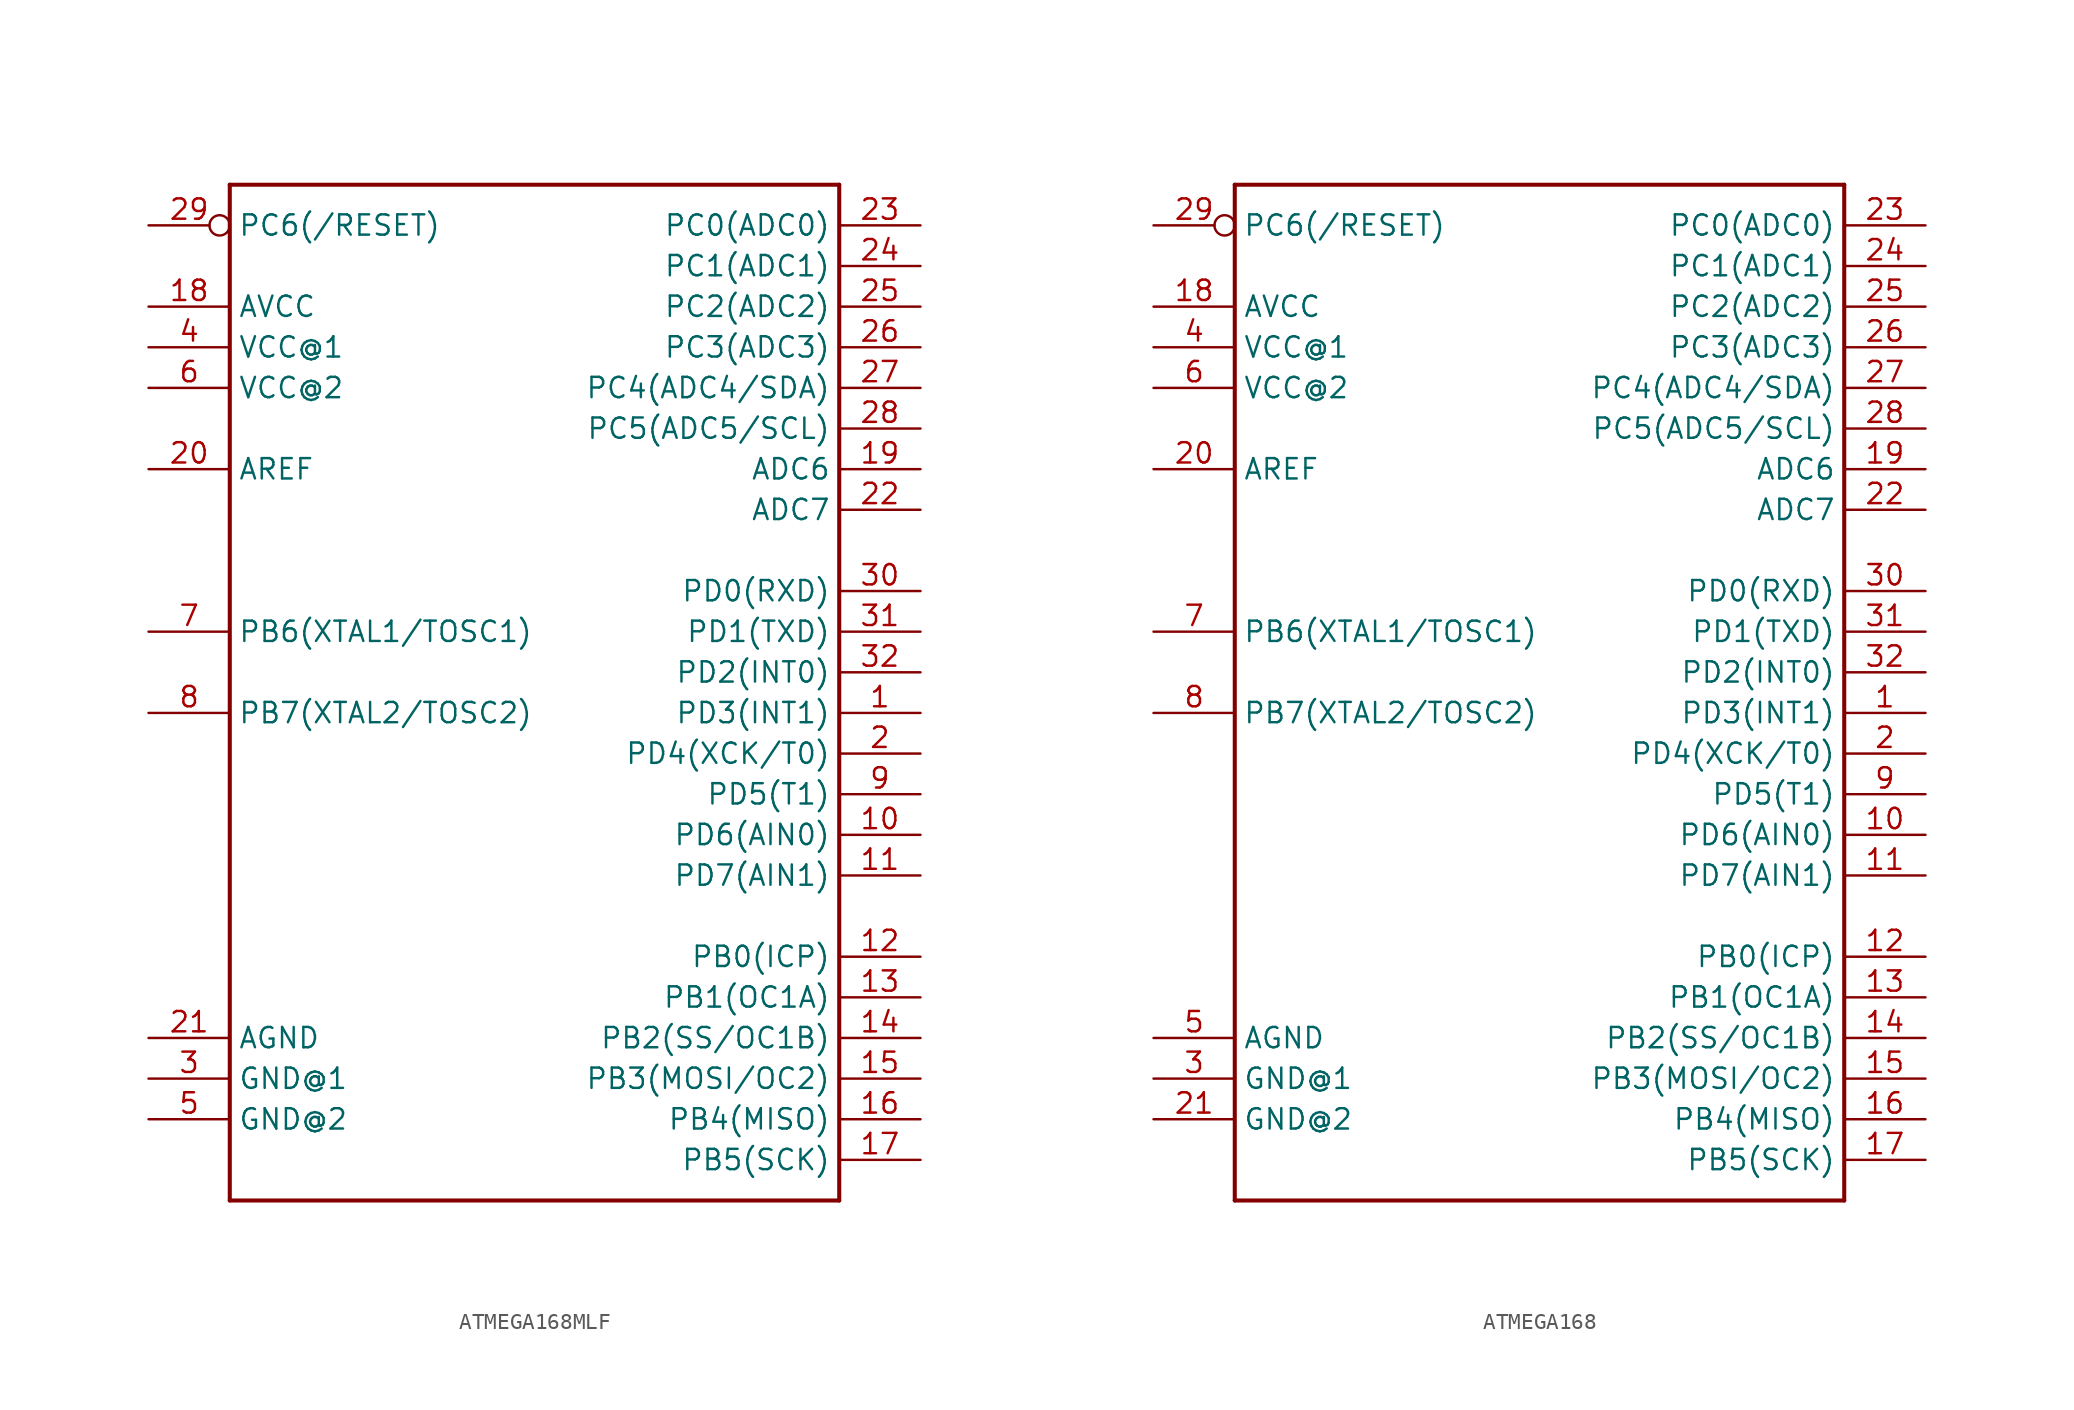
<source format=kicad_sym>
(kicad_symbol_lib
  (version 20231120)
  (generator "kicad_symbol_editor")
  (generator_version "8.0")
  (symbol "ATMEGA168MLF"
    (property "Reference" ""
      (at -17.78 -38.1 0)
      (effects (font (size 1.778 1.511)) (justify left bottom) (hide yes)))
    (property "Value" ""
      (at -17.78 28.448 0)
      (effects (font (size 1.778 1.511)) (justify left bottom)))
    (property "ki_locked" ""
      (at 0 0 0)
      (effects (font (size 1.27 1.27))))
    (symbol "ATMEGA168MLF_1_0"
      (polyline (pts (xy -17.78 -35.56) (xy -17.78 27.94)) (stroke (width 0.254) (type solid)) (fill (type none)))
      (polyline (pts (xy -17.78 27.94) (xy 20.32 27.94)) (stroke (width 0.254) (type solid)) (fill (type none)))
      (polyline (pts (xy 20.32 -35.56) (xy -17.78 -35.56)) (stroke (width 0.254) (type solid)) (fill (type none)))
      (polyline (pts (xy 20.32 27.94) (xy 20.32 -35.56)) (stroke (width 0.254) (type solid)) (fill (type none)))
      (pin bidirectional line (at 25.4 -5.08 180) (length 5.08) (name "PD3(INT1)" (effects (font (size 1.27 1.27)))) (number "1" (effects (font (size 1.27 1.27)))))
      (pin bidirectional line (at 25.4 -12.7 180) (length 5.08) (name "PD6(AIN0)" (effects (font (size 1.27 1.27)))) (number "10" (effects (font (size 1.27 1.27)))))
      (pin bidirectional line (at 25.4 -15.24 180) (length 5.08) (name "PD7(AIN1)" (effects (font (size 1.27 1.27)))) (number "11" (effects (font (size 1.27 1.27)))))
      (pin bidirectional line (at 25.4 -20.32 180) (length 5.08) (name "PB0(ICP)" (effects (font (size 1.27 1.27)))) (number "12" (effects (font (size 1.27 1.27)))))
      (pin bidirectional line (at 25.4 -22.86 180) (length 5.08) (name "PB1(OC1A)" (effects (font (size 1.27 1.27)))) (number "13" (effects (font (size 1.27 1.27)))))
      (pin bidirectional line (at 25.4 -25.4 180) (length 5.08) (name "PB2(SS/OC1B)" (effects (font (size 1.27 1.27)))) (number "14" (effects (font (size 1.27 1.27)))))
      (pin bidirectional line (at 25.4 -27.94 180) (length 5.08) (name "PB3(MOSI/OC2)" (effects (font (size 1.27 1.27)))) (number "15" (effects (font (size 1.27 1.27)))))
      (pin bidirectional line (at 25.4 -30.48 180) (length 5.08) (name "PB4(MISO)" (effects (font (size 1.27 1.27)))) (number "16" (effects (font (size 1.27 1.27)))))
      (pin bidirectional line (at 25.4 -33.02 180) (length 5.08) (name "PB5(SCK)" (effects (font (size 1.27 1.27)))) (number "17" (effects (font (size 1.27 1.27)))))
      (pin bidirectional line (at -22.86 20.32 0) (length 5.08) (name "AVCC" (effects (font (size 1.27 1.27)))) (number "18" (effects (font (size 1.27 1.27)))))
      (pin bidirectional line (at 25.4 10.16 180) (length 5.08) (name "ADC6" (effects (font (size 1.27 1.27)))) (number "19" (effects (font (size 1.27 1.27)))))
      (pin bidirectional line (at 25.4 -7.62 180) (length 5.08) (name "PD4(XCK/T0)" (effects (font (size 1.27 1.27)))) (number "2" (effects (font (size 1.27 1.27)))))
      (pin bidirectional line (at -22.86 10.16 0) (length 5.08) (name "AREF" (effects (font (size 1.27 1.27)))) (number "20" (effects (font (size 1.27 1.27)))))
      (pin bidirectional line (at -22.86 -25.4 0) (length 5.08) (name "AGND" (effects (font (size 1.27 1.27)))) (number "21" (effects (font (size 1.27 1.27)))))
      (pin bidirectional line (at 25.4 7.62 180) (length 5.08) (name "ADC7" (effects (font (size 1.27 1.27)))) (number "22" (effects (font (size 1.27 1.27)))))
      (pin bidirectional line (at 25.4 25.4 180) (length 5.08) (name "PC0(ADC0)" (effects (font (size 1.27 1.27)))) (number "23" (effects (font (size 1.27 1.27)))))
      (pin bidirectional line (at 25.4 22.86 180) (length 5.08) (name "PC1(ADC1)" (effects (font (size 1.27 1.27)))) (number "24" (effects (font (size 1.27 1.27)))))
      (pin bidirectional line (at 25.4 20.32 180) (length 5.08) (name "PC2(ADC2)" (effects (font (size 1.27 1.27)))) (number "25" (effects (font (size 1.27 1.27)))))
      (pin bidirectional line (at 25.4 17.78 180) (length 5.08) (name "PC3(ADC3)" (effects (font (size 1.27 1.27)))) (number "26" (effects (font (size 1.27 1.27)))))
      (pin bidirectional line (at 25.4 15.24 180) (length 5.08) (name "PC4(ADC4/SDA)" (effects (font (size 1.27 1.27)))) (number "27" (effects (font (size 1.27 1.27)))))
      (pin bidirectional line (at 25.4 12.7 180) (length 5.08) (name "PC5(ADC5/SCL)" (effects (font (size 1.27 1.27)))) (number "28" (effects (font (size 1.27 1.27)))))
      (pin bidirectional inverted (at -22.86 25.4 0) (length 5.08) (name "PC6(/RESET)" (effects (font (size 1.27 1.27)))) (number "29" (effects (font (size 1.27 1.27)))))
      (pin bidirectional line (at -22.86 -27.94 0) (length 5.08) (name "GND@1" (effects (font (size 1.27 1.27)))) (number "3" (effects (font (size 1.27 1.27)))))
      (pin bidirectional line (at 25.4 2.54 180) (length 5.08) (name "PD0(RXD)" (effects (font (size 1.27 1.27)))) (number "30" (effects (font (size 1.27 1.27)))))
      (pin bidirectional line (at 25.4 0 180) (length 5.08) (name "PD1(TXD)" (effects (font (size 1.27 1.27)))) (number "31" (effects (font (size 1.27 1.27)))))
      (pin bidirectional line (at 25.4 -2.54 180) (length 5.08) (name "PD2(INT0)" (effects (font (size 1.27 1.27)))) (number "32" (effects (font (size 1.27 1.27)))))
      (pin bidirectional line (at -22.86 17.78 0) (length 5.08) (name "VCC@1" (effects (font (size 1.27 1.27)))) (number "4" (effects (font (size 1.27 1.27)))))
      (pin bidirectional line (at -22.86 -30.48 0) (length 5.08) (name "GND@2" (effects (font (size 1.27 1.27)))) (number "5" (effects (font (size 1.27 1.27)))))
      (pin bidirectional line (at -22.86 15.24 0) (length 5.08) (name "VCC@2" (effects (font (size 1.27 1.27)))) (number "6" (effects (font (size 1.27 1.27)))))
      (pin bidirectional line (at -22.86 0 0) (length 5.08) (name "PB6(XTAL1/TOSC1)" (effects (font (size 1.27 1.27)))) (number "7" (effects (font (size 1.27 1.27)))))
      (pin bidirectional line (at -22.86 -5.08 0) (length 5.08) (name "PB7(XTAL2/TOSC2)" (effects (font (size 1.27 1.27)))) (number "8" (effects (font (size 1.27 1.27)))))
      (pin bidirectional line (at 25.4 -10.16 180) (length 5.08) (name "PD5(T1)" (effects (font (size 1.27 1.27)))) (number "9" (effects (font (size 1.27 1.27)))))))
  (symbol "ATMEGA168"
    (property "Reference" ""
      (at -17.78 -38.1 0)
      (effects (font (size 1.778 1.511)) (justify left bottom) (hide yes)))
    (property "Value" ""
      (at -17.78 28.448 0)
      (effects (font (size 1.778 1.511)) (justify left bottom)))
    (property "ki_locked" ""
      (at 0 0 0)
      (effects (font (size 1.27 1.27))))
    (symbol "ATMEGA168_1_0"
      (polyline (pts (xy -17.78 -35.56) (xy -17.78 27.94)) (stroke (width 0.254) (type solid)) (fill (type none)))
      (polyline (pts (xy -17.78 27.94) (xy 20.32 27.94)) (stroke (width 0.254) (type solid)) (fill (type none)))
      (polyline (pts (xy 20.32 -35.56) (xy -17.78 -35.56)) (stroke (width 0.254) (type solid)) (fill (type none)))
      (polyline (pts (xy 20.32 27.94) (xy 20.32 -35.56)) (stroke (width 0.254) (type solid)) (fill (type none)))
      (pin bidirectional line (at 25.4 -5.08 180) (length 5.08) (name "PD3(INT1)" (effects (font (size 1.27 1.27)))) (number "1" (effects (font (size 1.27 1.27)))))
      (pin bidirectional line (at 25.4 -12.7 180) (length 5.08) (name "PD6(AIN0)" (effects (font (size 1.27 1.27)))) (number "10" (effects (font (size 1.27 1.27)))))
      (pin bidirectional line (at 25.4 -15.24 180) (length 5.08) (name "PD7(AIN1)" (effects (font (size 1.27 1.27)))) (number "11" (effects (font (size 1.27 1.27)))))
      (pin bidirectional line (at 25.4 -20.32 180) (length 5.08) (name "PB0(ICP)" (effects (font (size 1.27 1.27)))) (number "12" (effects (font (size 1.27 1.27)))))
      (pin bidirectional line (at 25.4 -22.86 180) (length 5.08) (name "PB1(OC1A)" (effects (font (size 1.27 1.27)))) (number "13" (effects (font (size 1.27 1.27)))))
      (pin bidirectional line (at 25.4 -25.4 180) (length 5.08) (name "PB2(SS/OC1B)" (effects (font (size 1.27 1.27)))) (number "14" (effects (font (size 1.27 1.27)))))
      (pin bidirectional line (at 25.4 -27.94 180) (length 5.08) (name "PB3(MOSI/OC2)" (effects (font (size 1.27 1.27)))) (number "15" (effects (font (size 1.27 1.27)))))
      (pin bidirectional line (at 25.4 -30.48 180) (length 5.08) (name "PB4(MISO)" (effects (font (size 1.27 1.27)))) (number "16" (effects (font (size 1.27 1.27)))))
      (pin bidirectional line (at 25.4 -33.02 180) (length 5.08) (name "PB5(SCK)" (effects (font (size 1.27 1.27)))) (number "17" (effects (font (size 1.27 1.27)))))
      (pin bidirectional line (at -22.86 20.32 0) (length 5.08) (name "AVCC" (effects (font (size 1.27 1.27)))) (number "18" (effects (font (size 1.27 1.27)))))
      (pin bidirectional line (at 25.4 10.16 180) (length 5.08) (name "ADC6" (effects (font (size 1.27 1.27)))) (number "19" (effects (font (size 1.27 1.27)))))
      (pin bidirectional line (at 25.4 -7.62 180) (length 5.08) (name "PD4(XCK/T0)" (effects (font (size 1.27 1.27)))) (number "2" (effects (font (size 1.27 1.27)))))
      (pin bidirectional line (at -22.86 10.16 0) (length 5.08) (name "AREF" (effects (font (size 1.27 1.27)))) (number "20" (effects (font (size 1.27 1.27)))))
      (pin bidirectional line (at -22.86 -30.48 0) (length 5.08) (name "GND@2" (effects (font (size 1.27 1.27)))) (number "21" (effects (font (size 1.27 1.27)))))
      (pin bidirectional line (at 25.4 7.62 180) (length 5.08) (name "ADC7" (effects (font (size 1.27 1.27)))) (number "22" (effects (font (size 1.27 1.27)))))
      (pin bidirectional line (at 25.4 25.4 180) (length 5.08) (name "PC0(ADC0)" (effects (font (size 1.27 1.27)))) (number "23" (effects (font (size 1.27 1.27)))))
      (pin bidirectional line (at 25.4 22.86 180) (length 5.08) (name "PC1(ADC1)" (effects (font (size 1.27 1.27)))) (number "24" (effects (font (size 1.27 1.27)))))
      (pin bidirectional line (at 25.4 20.32 180) (length 5.08) (name "PC2(ADC2)" (effects (font (size 1.27 1.27)))) (number "25" (effects (font (size 1.27 1.27)))))
      (pin bidirectional line (at 25.4 17.78 180) (length 5.08) (name "PC3(ADC3)" (effects (font (size 1.27 1.27)))) (number "26" (effects (font (size 1.27 1.27)))))
      (pin bidirectional line (at 25.4 15.24 180) (length 5.08) (name "PC4(ADC4/SDA)" (effects (font (size 1.27 1.27)))) (number "27" (effects (font (size 1.27 1.27)))))
      (pin bidirectional line (at 25.4 12.7 180) (length 5.08) (name "PC5(ADC5/SCL)" (effects (font (size 1.27 1.27)))) (number "28" (effects (font (size 1.27 1.27)))))
      (pin bidirectional inverted (at -22.86 25.4 0) (length 5.08) (name "PC6(/RESET)" (effects (font (size 1.27 1.27)))) (number "29" (effects (font (size 1.27 1.27)))))
      (pin bidirectional line (at -22.86 -27.94 0) (length 5.08) (name "GND@1" (effects (font (size 1.27 1.27)))) (number "3" (effects (font (size 1.27 1.27)))))
      (pin bidirectional line (at 25.4 2.54 180) (length 5.08) (name "PD0(RXD)" (effects (font (size 1.27 1.27)))) (number "30" (effects (font (size 1.27 1.27)))))
      (pin bidirectional line (at 25.4 0 180) (length 5.08) (name "PD1(TXD)" (effects (font (size 1.27 1.27)))) (number "31" (effects (font (size 1.27 1.27)))))
      (pin bidirectional line (at 25.4 -2.54 180) (length 5.08) (name "PD2(INT0)" (effects (font (size 1.27 1.27)))) (number "32" (effects (font (size 1.27 1.27)))))
      (pin bidirectional line (at -22.86 17.78 0) (length 5.08) (name "VCC@1" (effects (font (size 1.27 1.27)))) (number "4" (effects (font (size 1.27 1.27)))))
      (pin bidirectional line (at -22.86 -25.4 0) (length 5.08) (name "AGND" (effects (font (size 1.27 1.27)))) (number "5" (effects (font (size 1.27 1.27)))))
      (pin bidirectional line (at -22.86 15.24 0) (length 5.08) (name "VCC@2" (effects (font (size 1.27 1.27)))) (number "6" (effects (font (size 1.27 1.27)))))
      (pin bidirectional line (at -22.86 0 0) (length 5.08) (name "PB6(XTAL1/TOSC1)" (effects (font (size 1.27 1.27)))) (number "7" (effects (font (size 1.27 1.27)))))
      (pin bidirectional line (at -22.86 -5.08 0) (length 5.08) (name "PB7(XTAL2/TOSC2)" (effects (font (size 1.27 1.27)))) (number "8" (effects (font (size 1.27 1.27)))))
      (pin bidirectional line (at 25.4 -10.16 180) (length 5.08) (name "PD5(T1)" (effects (font (size 1.27 1.27)))) (number "9" (effects (font (size 1.27 1.27))))))))
</source>
